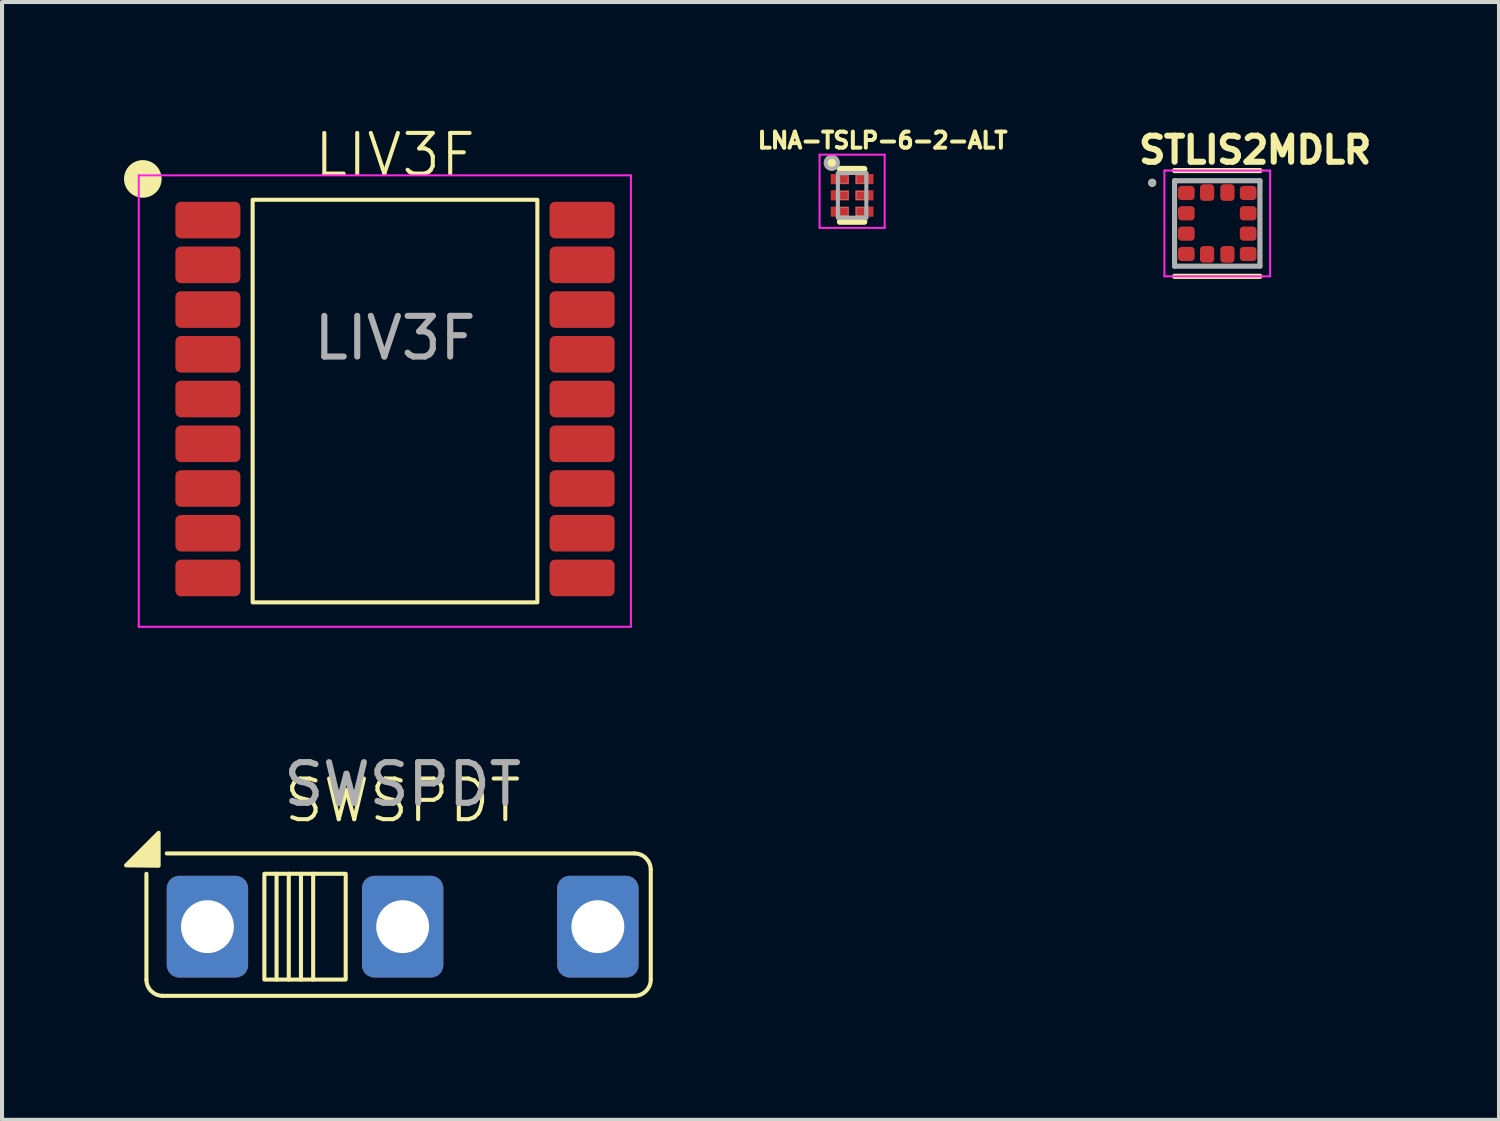
<source format=kicad_pcb>
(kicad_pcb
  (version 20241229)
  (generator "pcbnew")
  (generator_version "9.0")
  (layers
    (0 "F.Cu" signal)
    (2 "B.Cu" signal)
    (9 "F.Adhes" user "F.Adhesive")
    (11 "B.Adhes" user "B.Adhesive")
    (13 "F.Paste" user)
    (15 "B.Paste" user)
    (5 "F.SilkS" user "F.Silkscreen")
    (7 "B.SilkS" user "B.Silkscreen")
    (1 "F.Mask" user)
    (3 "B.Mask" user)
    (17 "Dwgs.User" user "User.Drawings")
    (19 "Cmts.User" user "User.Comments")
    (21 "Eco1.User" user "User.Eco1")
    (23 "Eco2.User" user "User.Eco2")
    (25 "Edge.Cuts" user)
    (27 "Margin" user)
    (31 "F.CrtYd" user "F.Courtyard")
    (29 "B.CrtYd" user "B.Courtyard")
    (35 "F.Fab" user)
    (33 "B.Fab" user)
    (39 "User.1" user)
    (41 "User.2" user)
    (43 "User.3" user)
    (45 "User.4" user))
  (footprint "STLIS2MDLR"
    (layer "F.Cu")
    (at 26.879 2.444)
    (property "Reference" "STLIS2MDLR" (at 0.932 -1.806 0) (layer "F.SilkS") (effects (font (size 0.64 0.64) (thickness 0.15))))
    (attr smd)
    (fp_line (start -1.05 -1.3) (end 1.05 -1.3) (stroke (width 0.127) (type solid)) (layer "F.SilkS"))
    (fp_line (start 1.05 1.3) (end -1.05 1.3) (stroke (width 0.127) (type solid)) (layer "F.SilkS"))
    (fp_circle (center -1.6 -1) (end -1.55 -1) (stroke (width 0.1) (type solid)) (fill no) (layer "F.SilkS"))
    (fp_line (start -1.3 -1.3) (end -1.3 1.3) (stroke (width 0.05) (type solid)) (layer "F.CrtYd"))
    (fp_line (start -1.3 1.3) (end 1.3 1.3) (stroke (width 0.05) (type solid)) (layer "F.CrtYd"))
    (fp_line (start 1.3 -1.3) (end -1.3 -1.3) (stroke (width 0.05) (type solid)) (layer "F.CrtYd"))
    (fp_line (start 1.3 1.3) (end 1.3 -1.3) (stroke (width 0.05) (type solid)) (layer "F.CrtYd"))
    (fp_line (start -1.05 -1.05) (end 1.05 -1.05) (stroke (width 0.127) (type solid)) (layer "F.Fab"))
    (fp_line (start -1.05 1.05) (end -1.05 -1.05) (stroke (width 0.127) (type solid)) (layer "F.Fab"))
    (fp_line (start 1.05 -1.05) (end 1.05 1.05) (stroke (width 0.127) (type solid)) (layer "F.Fab"))
    (fp_line (start 1.05 1.05) (end -1.05 1.05) (stroke (width 0.127) (type solid)) (layer "F.Fab"))
    (fp_circle (center -1.6 -1) (end -1.55 -1) (stroke (width 0.1) (type solid)) (fill no) (layer "F.Fab"))
    (pad "1" smd roundrect (at -0.76 -0.75) (size 0.41 0.35) (layers "F.Cu" "F.Mask" "F.Paste") (roundrect_rratio 0.25))
    (pad "2" smd roundrect (at -0.76 -0.25) (size 0.41 0.35) (layers "F.Cu" "F.Mask" "F.Paste") (roundrect_rratio 0.25))
    (pad "3" smd roundrect (at -0.76 0.25) (size 0.41 0.35) (layers "F.Cu" "F.Mask" "F.Paste") (roundrect_rratio 0.25))
    (pad "4" smd roundrect (at -0.76 0.75) (size 0.41 0.35) (layers "F.Cu" "F.Mask" "F.Paste") (roundrect_rratio 0.25))
    (pad "5" smd roundrect (at -0.25 0.76) (size 0.35 0.41) (layers "F.Cu" "F.Mask" "F.Paste") (roundrect_rratio 0.25))
    (pad "6" smd roundrect (at 0.25 0.76) (size 0.35 0.41) (layers "F.Cu" "F.Mask" "F.Paste") (roundrect_rratio 0.25))
    (pad "7" smd roundrect (at 0.76 0.75) (size 0.41 0.35) (layers "F.Cu" "F.Mask" "F.Paste") (roundrect_rratio 0.25))
    (pad "8" smd roundrect (at 0.76 0.25) (size 0.41 0.35) (layers "F.Cu" "F.Mask" "F.Paste") (roundrect_rratio 0.25))
    (pad "9" smd roundrect (at 0.76 -0.25) (size 0.41 0.35) (layers "F.Cu" "F.Mask" "F.Paste") (roundrect_rratio 0.25))
    (pad "10" smd roundrect (at 0.76 -0.75) (size 0.41 0.35) (layers "F.Cu" "F.Mask" "F.Paste") (roundrect_rratio 0.25))
    (pad "11" smd roundrect (at 0.25 -0.76) (size 0.35 0.41) (layers "F.Cu" "F.Mask" "F.Paste") (roundrect_rratio 0.25))
    (pad "12" smd roundrect (at -0.25 -0.76) (size 0.35 0.41) (layers "F.Cu" "F.Mask" "F.Paste") (roundrect_rratio 0.25)))
  (footprint "SWSPDT"
    (layer "F.Cu")
    (at 6.85 19.734)
    (property "Reference" "SWSPDT" (at 0 -3.1 0) (unlocked yes) (layer "F.SilkS") (effects (font (size 1 1) (thickness 0.1))))
    (attr smd)
    (fp_line (start -6.3 -1.3) (end -6.3 1.3) (stroke (width 0.1) (type default)) (layer "F.SilkS"))
    (fp_line (start -5.9 1.7) (end 5.7 1.7) (stroke (width 0.1) (type default)) (layer "F.SilkS"))
    (fp_line (start -3.1 -1.3) (end -3.1 1.3) (stroke (width 0.1) (type default)) (layer "F.SilkS"))
    (fp_line (start -2.8 -1.3) (end -2.8 1.3) (stroke (width 0.1) (type default)) (layer "F.SilkS"))
    (fp_line (start -2.5 -1.3) (end -2.5 1.3) (stroke (width 0.1) (type default)) (layer "F.SilkS"))
    (fp_line (start -2.2 -1.3) (end -2.2 1.3) (stroke (width 0.1) (type default)) (layer "F.SilkS"))
    (fp_line (start 5.7 -1.8) (end -5.8 -1.8) (stroke (width 0.1) (type default)) (layer "F.SilkS"))
    (fp_line (start 6.1 1.3) (end 6.1 -1.4) (stroke (width 0.1) (type default)) (layer "F.SilkS"))
    (fp_rect (start -3.4 -1.3) (end -1.4 1.3) (stroke (width 0.1) (type default)) (fill no) (layer "F.SilkS"))
    (fp_arc (start -5.9 1.7) (mid -6.182843 1.582843) (end -6.3 1.3) (stroke (width 0.1) (type default)) (layer "F.SilkS"))
    (fp_arc (start 5.7 -1.8) (mid 5.982843 -1.682843) (end 6.1 -1.4) (stroke (width 0.1) (type default)) (layer "F.SilkS"))
    (fp_arc (start 6.1 1.3) (mid 5.982843 1.582843) (end 5.7 1.7) (stroke (width 0.1) (type default)) (layer "F.SilkS"))
    (fp_poly (pts (xy -6.8 -1.507) (xy -6 -2.307) (xy -6 -1.499)) (stroke (width 0.1) (type solid)) (fill yes) (layer "F.SilkS"))
    (fp_text user "${REFERENCE}" (at 0 -3.5 0) (unlocked yes) (layer "F.Fab") (effects (font (size 1 1) (thickness 0.15))))
    (pad "1" thru_hole roundrect (at -4.8 0 90) (size 2.5 2) (drill 1.3) (layers "*.Cu" "*.Mask") (roundrect_rratio 0.15))
    (pad "2" thru_hole roundrect (at 0 0 90) (size 2.5 2) (drill 1.3) (layers "*.Cu" "*.Mask") (roundrect_rratio 0.15))
    (pad "3" thru_hole roundrect (at 4.8 0 90) (size 2.5 2) (drill 1.3) (layers "*.Cu" "*.Mask") (roundrect_rratio 0.15)))
  (footprint "LNA-TSLP-6-2-ALT"
    (layer "F.Cu")
    (at 17.901 1.753)
    (property "Reference" "LNA-TSLP-6-2-ALT" (at 0.75 -1.35 0) (layer "F.SilkS") (effects (font (size 0.394 0.394) (thickness 0.15))))
    (attr smd)
    (fp_poly (pts (xy -0.57 -0.57) (xy -0.03 -0.57) (xy -0.03 -0.23) (xy -0.57 -0.23)) (stroke (width 0.01) (type solid)) (fill yes) (layer "F.Mask"))
    (fp_poly (pts (xy -0.57 -0.17) (xy -0.03 -0.17) (xy -0.03 0.17) (xy -0.57 0.17)) (stroke (width 0.01) (type solid)) (fill yes) (layer "F.Mask"))
    (fp_poly (pts (xy -0.57 0.23) (xy -0.03 0.23) (xy -0.03 0.57) (xy -0.57 0.57)) (stroke (width 0.01) (type solid)) (fill yes) (layer "F.Mask"))
    (fp_poly (pts (xy 0.03 -0.57) (xy 0.57 -0.57) (xy 0.57 -0.23) (xy 0.03 -0.23)) (stroke (width 0.01) (type solid)) (fill yes) (layer "F.Mask"))
    (fp_poly (pts (xy 0.03 -0.17) (xy 0.57 -0.17) (xy 0.57 0.17) (xy 0.03 0.17)) (stroke (width 0.01) (type solid)) (fill yes) (layer "F.Mask"))
    (fp_poly (pts (xy 0.03 0.23) (xy 0.57 0.23) (xy 0.57 0.57) (xy 0.03 0.57)) (stroke (width 0.01) (type solid)) (fill yes) (layer "F.Mask"))
    (fp_line (start -0.3 -0.65) (end 0.3 -0.65) (stroke (width 0.15) (type solid)) (layer "F.SilkS"))
    (fp_line (start -0.3 0.65) (end 0.3 0.65) (stroke (width 0.15) (type solid)) (layer "F.SilkS"))
    (fp_circle (center -0.5 -0.8) (end -0.35 -0.8) (stroke (width 0) (type solid)) (fill yes) (layer "F.SilkS"))
    (fp_line (start -0.8 -1) (end -0.8 0.8) (stroke (width 0.05) (type default)) (layer "F.CrtYd"))
    (fp_line (start -0.8 0.8) (end 0.8 0.8) (stroke (width 0.05) (type default)) (layer "F.CrtYd"))
    (fp_line (start 0.8 -1) (end -0.8 -1) (stroke (width 0.05) (type default)) (layer "F.CrtYd"))
    (fp_line (start 0.8 0.8) (end 0.8 -1) (stroke (width 0.05) (type default)) (layer "F.CrtYd"))
    (fp_line (start -0.35 -0.55) (end 0.35 -0.55) (stroke (width 0.1) (type solid)) (layer "F.Fab"))
    (fp_line (start -0.35 0.55) (end -0.35 -0.55) (stroke (width 0.1) (type solid)) (layer "F.Fab"))
    (fp_line (start 0.35 -0.55) (end 0.35 0.55) (stroke (width 0.1) (type solid)) (layer "F.Fab"))
    (fp_line (start 0.35 0.55) (end -0.35 0.55) (stroke (width 0.1) (type solid)) (layer "F.Fab"))
    (fp_circle (center -0.5 -0.8) (end -0.35 -0.8) (stroke (width 0.1) (type solid)) (fill no) (layer "F.Fab"))
    (fp_poly (pts (xy -0.3 -0.5) (xy -0.1 -0.5) (xy -0.1 -0.3) (xy -0.3 -0.3)) (stroke (width 0.01) (type solid)) (fill no) (layer "F.Fab"))
    (fp_poly (pts (xy -0.3 -0.1) (xy -0.1 -0.1) (xy -0.1 0.1) (xy -0.3 0.1)) (stroke (width 0.01) (type solid)) (fill no) (layer "F.Fab"))
    (fp_poly (pts (xy -0.3 0.3) (xy -0.1 0.3) (xy -0.1 0.5) (xy -0.3 0.5)) (stroke (width 0.01) (type solid)) (fill no) (layer "F.Fab"))
    (fp_poly (pts (xy 0.1 -0.5) (xy 0.3 -0.5) (xy 0.3 -0.3) (xy 0.1 -0.3)) (stroke (width 0.01) (type solid)) (fill no) (layer "F.Fab"))
    (fp_poly (pts (xy 0.1 -0.1) (xy 0.3 -0.1) (xy 0.3 0.1) (xy 0.1 0.1)) (stroke (width 0.01) (type solid)) (fill no) (layer "F.Fab"))
    (fp_poly (pts (xy 0.1 0.3) (xy 0.3 0.3) (xy 0.3 0.5) (xy 0.1 0.5)) (stroke (width 0.01) (type solid)) (fill no) (layer "F.Fab"))
    (pad "1" smd rect (at -0.3 -0.4) (size 0.45 0.25) (layers "F.Cu" "F.Paste"))
    (pad "2" smd rect (at -0.3 0) (size 0.45 0.25) (layers "F.Cu" "F.Paste"))
    (pad "3" smd rect (at -0.3 0.4) (size 0.45 0.25) (layers "F.Cu" "F.Paste"))
    (pad "4" smd rect (at 0.3 0.4) (size 0.45 0.25) (layers "F.Cu" "F.Paste"))
    (pad "5" smd rect (at 0.3 0) (size 0.45 0.25) (layers "F.Cu" "F.Paste"))
    (pad "6" smd rect (at 0.3 -0.4) (size 0.45 0.25) (layers "F.Cu" "F.Paste")))
  (footprint "LIV3F"
    (layer "F.Cu")
    (at 6.662 6.861)
    (property "Reference" "LIV3F" (at 0 -6.1 0) (unlocked yes) (layer "F.SilkS") (effects (font (size 1 1) (thickness 0.1))))
    (attr smd)
    (fp_rect (start -3.5 -5) (end 3.5 4.9) (stroke (width 0.1) (type default)) (fill no) (layer "F.SilkS"))
    (fp_circle (center -6.2 -5.512) (end -5.8 -5.412) (stroke (width 0.1) (type solid)) (fill yes) (layer "F.SilkS"))
    (fp_line (start -6.3 -5.6) (end -6.3 5.5) (stroke (width 0.05) (type default)) (layer "F.CrtYd"))
    (fp_line (start -6.3 5.5) (end 5.8 5.5) (stroke (width 0.05) (type default)) (layer "F.CrtYd"))
    (fp_line (start 5.8 -5.6) (end -6.3 -5.6) (stroke (width 0.05) (type default)) (layer "F.CrtYd"))
    (fp_line (start 5.8 5.5) (end 5.8 -5.6) (stroke (width 0.05) (type default)) (layer "F.CrtYd"))
    (fp_text user "${REFERENCE}" (at 0 -1.6 0) (unlocked yes) (layer "F.Fab") (effects (font (size 1 1) (thickness 0.15))))
    (pad "1" smd roundrect (at -4.6 -4.5 180) (size 1.6 0.9) (layers "F.Cu" "F.Mask" "F.Paste") (roundrect_rratio 0.15))
    (pad "2" smd roundrect (at -4.6 -3.4 180) (size 1.6 0.9) (layers "F.Cu" "F.Mask" "F.Paste") (roundrect_rratio 0.15))
    (pad "3" smd roundrect (at -4.6 -2.3 180) (size 1.6 0.9) (layers "F.Cu" "F.Mask" "F.Paste") (roundrect_rratio 0.15))
    (pad "4" smd roundrect (at -4.6 -1.2 180) (size 1.6 0.9) (layers "F.Cu" "F.Mask" "F.Paste") (roundrect_rratio 0.15))
    (pad "5" smd roundrect (at -4.6 -0.1 180) (size 1.6 0.9) (layers "F.Cu" "F.Mask" "F.Paste") (roundrect_rratio 0.15))
    (pad "6" smd roundrect (at -4.6 1 180) (size 1.6 0.9) (layers "F.Cu" "F.Mask" "F.Paste") (roundrect_rratio 0.15))
    (pad "7" smd roundrect (at -4.6 2.1 180) (size 1.6 0.9) (layers "F.Cu" "F.Mask" "F.Paste") (roundrect_rratio 0.15))
    (pad "8" smd roundrect (at -4.6 3.2 180) (size 1.6 0.9) (layers "F.Cu" "F.Mask" "F.Paste") (roundrect_rratio 0.15))
    (pad "9" smd roundrect (at -4.6 4.3 180) (size 1.6 0.9) (layers "F.Cu" "F.Mask" "F.Paste") (roundrect_rratio 0.15))
    (pad "10" smd roundrect (at 4.6 2.1 180) (size 1.6 0.9) (layers "F.Cu" "F.Mask" "F.Paste") (roundrect_rratio 0.15))
    (pad "10" smd roundrect (at 4.6 4.3 180) (size 1.6 0.9) (layers "F.Cu" "F.Mask" "F.Paste") (roundrect_rratio 0.15))
    (pad "11" smd roundrect (at 4.6 3.2 180) (size 1.6 0.9) (layers "F.Cu" "F.Mask" "F.Paste") (roundrect_rratio 0.15))
    (pad "13" smd roundrect (at 4.6 1 180) (size 1.6 0.9) (layers "F.Cu" "F.Mask" "F.Paste") (roundrect_rratio 0.15))
    (pad "14" smd roundrect (at 4.6 -0.1 180) (size 1.6 0.9) (layers "F.Cu" "F.Mask" "F.Paste") (roundrect_rratio 0.15))
    (pad "15" smd roundrect (at 4.6 -1.2 180) (size 1.6 0.9) (layers "F.Cu" "F.Mask" "F.Paste") (roundrect_rratio 0.15))
    (pad "16" smd roundrect (at 4.6 -2.3 180) (size 1.6 0.9) (layers "F.Cu" "F.Mask" "F.Paste") (roundrect_rratio 0.15))
    (pad "17" smd roundrect (at 4.6 -3.4 180) (size 1.6 0.9) (layers "F.Cu" "F.Mask" "F.Paste") (roundrect_rratio 0.15))
    (pad "18" smd roundrect (at 4.6 -4.5 180) (size 1.6 0.9) (layers "F.Cu" "F.Mask" "F.Paste") (roundrect_rratio 0.15)))
  (gr_rect
    (start -3 -3)
    (end 33.806 24.484)
    (stroke (width 0.1) (type default))
    (fill no)
    (layer "Edge.Cuts")))
</source>
